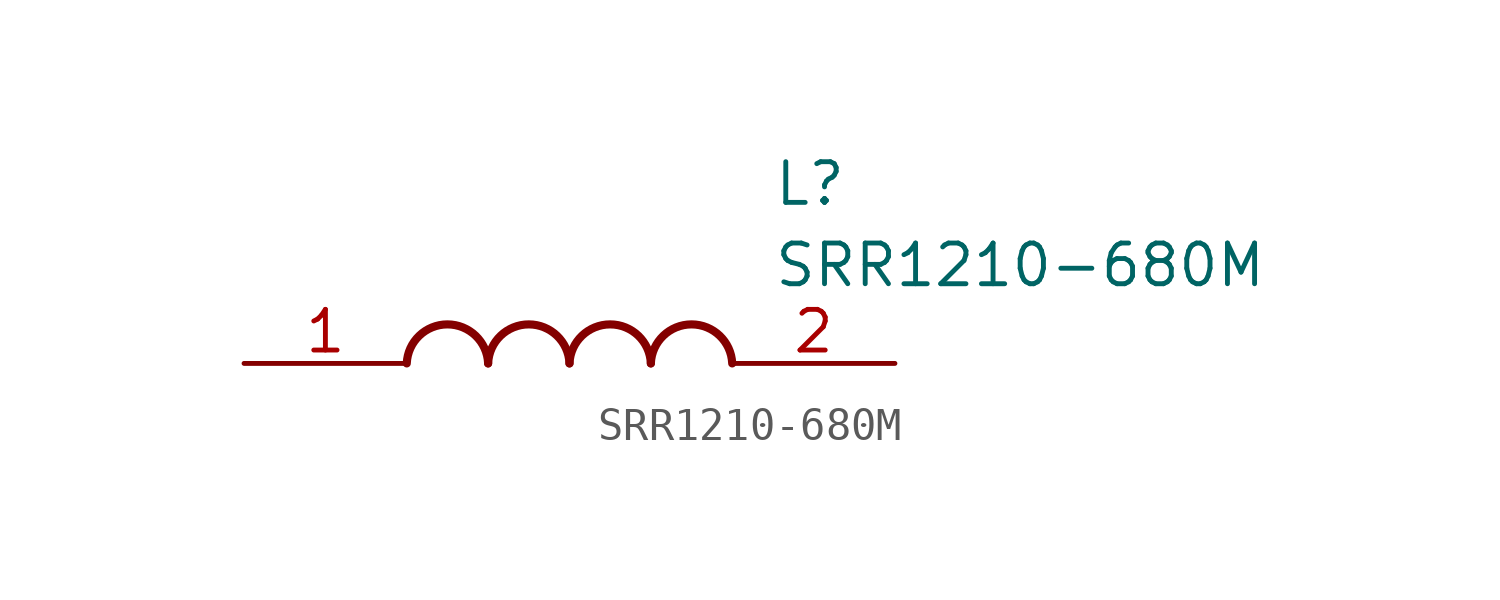
<source format=kicad_sym>
(kicad_symbol_lib
  (version 20211014)
  (generator SamacSys_ECAD_Model)
  (symbol "SRR1210-680M"
    (pin_names hide)
    (property "Reference" "L"
      (at 16.51 6.35 0)
      (effects (font (size 1.27 1.27)) (justify left top)))
    (property "Value" "SRR1210-680M"
      (at 16.51 3.81 0)
      (effects (font (size 1.27 1.27)) (justify left top)))
    (arc
      (start 7.62 0)
      (mid 6.35 1.219)
      (end 5.08 0)
      (stroke (width 0.254) (type default))
      (fill (type none)))
    (arc
      (start 10.16 0)
      (mid 8.89 1.219)
      (end 7.62 0)
      (stroke (width 0.254) (type default))
      (fill (type none)))
    (arc
      (start 12.7 0)
      (mid 11.43 1.219)
      (end 10.16 0)
      (stroke (width 0.254) (type default))
      (fill (type none)))
    (arc
      (start 15.24 0)
      (mid 13.97 1.219)
      (end 12.7 0)
      (stroke (width 0.254) (type default))
      (fill (type none)))
    (pin passive line
      (at 0 0 0)
      (length 5.08)
      (name "1" (effects (font (size 1.27 1.27))))
      (number "1" (effects (font (size 1.27 1.27)))))
    (pin passive line
      (at 20.32 0 180)
      (length 5.08)
      (name "2" (effects (font (size 1.27 1.27))))
      (number "2" (effects (font (size 1.27 1.27)))))))
</source>
